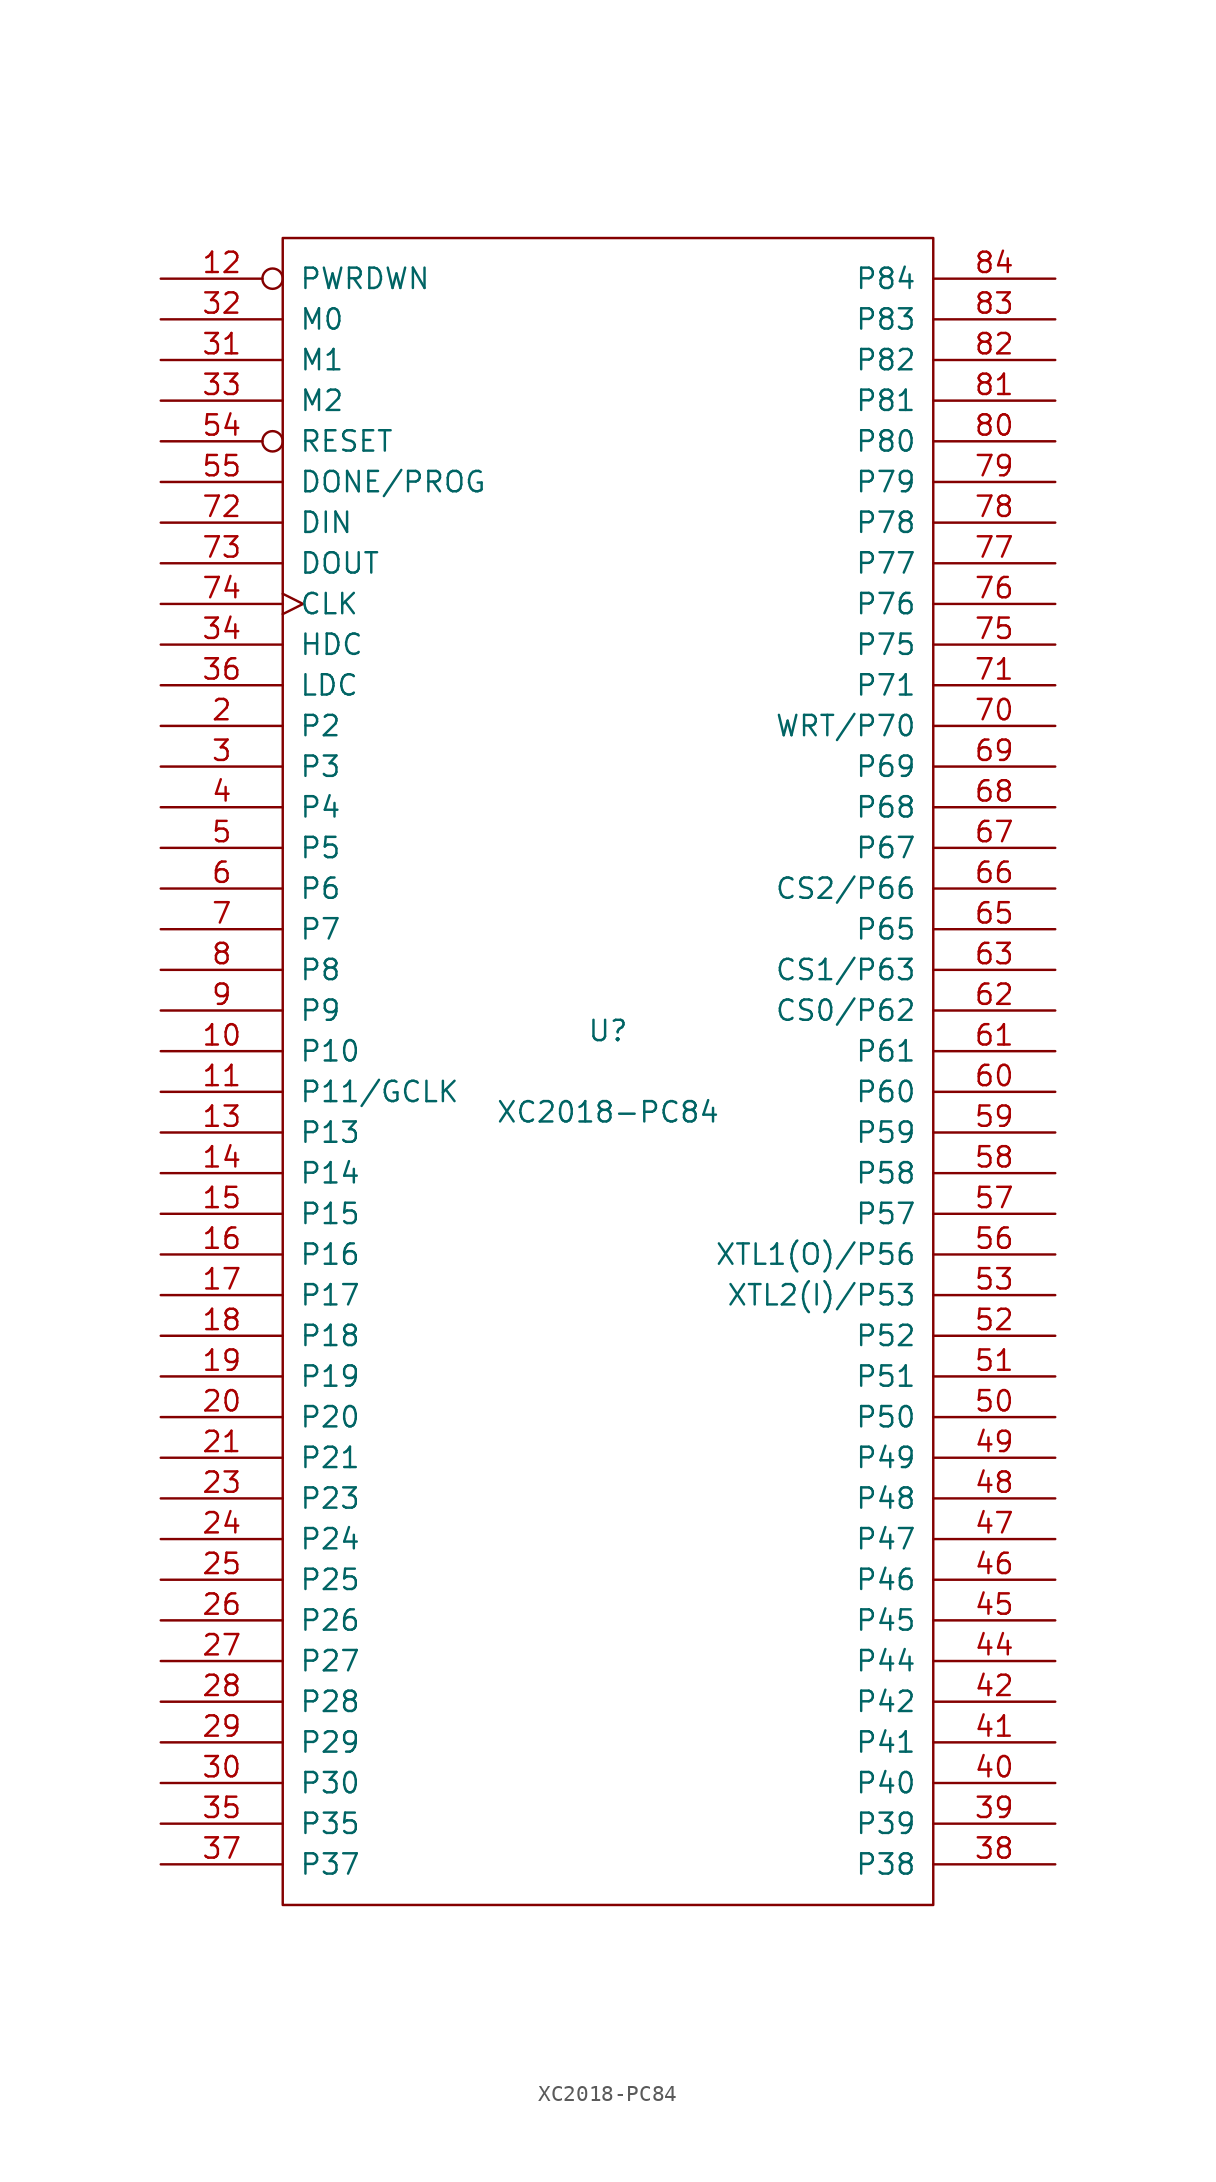
<source format=kicad_sym>
(kicad_symbol_lib
  (version 20211014)
  (generator kicad_symbol_editor)
  (symbol "XC2018-PC84"
    (pin_names
      (offset 1.016))
    (property "Reference" "U"
      (at 0 2.54 0)
      (effects (font (size 1.27 1.27))))
    (property "Value" "XC2018-PC84"
      (at 0 -2.54 0)
      (effects (font (size 1.27 1.27))))
    (symbol "XC2018-PC84_0_1"
      (rectangle (start -20.32 -52.07) (end 20.32 52.07) (stroke (width 0) (type default) (color 0 0 0 0)) (fill (type none))))
    (symbol "XC2018-PC84_1_1"
      (pin power_in line (at -2.54 -52.07 90) (length 0) hide (name "GND" (effects (font (size 1.27 1.27)))) (number "1" (effects (font (size 1.27 1.27)))))
      (pin passive line (at -27.94 1.27 0) (length 7.62) (name "P10" (effects (font (size 1.27 1.27)))) (number "10" (effects (font (size 1.27 1.27)))))
      (pin passive line (at -27.94 -1.27 0) (length 7.62) (name "P11/GCLK" (effects (font (size 1.27 1.27)))) (number "11" (effects (font (size 1.27 1.27)))))
      (pin input inverted (at -27.94 49.53 0) (length 7.62) (name "PWRDWN" (effects (font (size 1.27 1.27)))) (number "12" (effects (font (size 1.27 1.27)))))
      (pin passive line (at -27.94 -3.81 0) (length 7.62) (name "P13" (effects (font (size 1.27 1.27)))) (number "13" (effects (font (size 1.27 1.27)))))
      (pin passive line (at -27.94 -6.35 0) (length 7.62) (name "P14" (effects (font (size 1.27 1.27)))) (number "14" (effects (font (size 1.27 1.27)))))
      (pin passive line (at -27.94 -8.89 0) (length 7.62) (name "P15" (effects (font (size 1.27 1.27)))) (number "15" (effects (font (size 1.27 1.27)))))
      (pin passive line (at -27.94 -11.43 0) (length 7.62) (name "P16" (effects (font (size 1.27 1.27)))) (number "16" (effects (font (size 1.27 1.27)))))
      (pin passive line (at -27.94 -13.97 0) (length 7.62) (name "P17" (effects (font (size 1.27 1.27)))) (number "17" (effects (font (size 1.27 1.27)))))
      (pin passive line (at -27.94 -16.51 0) (length 7.62) (name "P18" (effects (font (size 1.27 1.27)))) (number "18" (effects (font (size 1.27 1.27)))))
      (pin passive line (at -27.94 -19.05 0) (length 7.62) (name "P19" (effects (font (size 1.27 1.27)))) (number "19" (effects (font (size 1.27 1.27)))))
      (pin passive line (at -27.94 21.59 0) (length 7.62) (name "P2" (effects (font (size 1.27 1.27)))) (number "2" (effects (font (size 1.27 1.27)))))
      (pin passive line (at -27.94 -21.59 0) (length 7.62) (name "P20" (effects (font (size 1.27 1.27)))) (number "20" (effects (font (size 1.27 1.27)))))
      (pin passive line (at -27.94 -24.13 0) (length 7.62) (name "P21" (effects (font (size 1.27 1.27)))) (number "21" (effects (font (size 1.27 1.27)))))
      (pin power_in line (at 0 52.07 270) (length 0) hide (name "VCC" (effects (font (size 1.27 1.27)))) (number "22" (effects (font (size 1.27 1.27)))))
      (pin passive line (at -27.94 -26.67 0) (length 7.62) (name "P23" (effects (font (size 1.27 1.27)))) (number "23" (effects (font (size 1.27 1.27)))))
      (pin passive line (at -27.94 -29.21 0) (length 7.62) (name "P24" (effects (font (size 1.27 1.27)))) (number "24" (effects (font (size 1.27 1.27)))))
      (pin passive line (at -27.94 -31.75 0) (length 7.62) (name "P25" (effects (font (size 1.27 1.27)))) (number "25" (effects (font (size 1.27 1.27)))))
      (pin passive line (at -27.94 -34.29 0) (length 7.62) (name "P26" (effects (font (size 1.27 1.27)))) (number "26" (effects (font (size 1.27 1.27)))))
      (pin passive line (at -27.94 -36.83 0) (length 7.62) (name "P27" (effects (font (size 1.27 1.27)))) (number "27" (effects (font (size 1.27 1.27)))))
      (pin passive line (at -27.94 -39.37 0) (length 7.62) (name "P28" (effects (font (size 1.27 1.27)))) (number "28" (effects (font (size 1.27 1.27)))))
      (pin passive line (at -27.94 -41.91 0) (length 7.62) (name "P29" (effects (font (size 1.27 1.27)))) (number "29" (effects (font (size 1.27 1.27)))))
      (pin passive line (at -27.94 19.05 0) (length 7.62) (name "P3" (effects (font (size 1.27 1.27)))) (number "3" (effects (font (size 1.27 1.27)))))
      (pin passive line (at -27.94 -44.45 0) (length 7.62) (name "P30" (effects (font (size 1.27 1.27)))) (number "30" (effects (font (size 1.27 1.27)))))
      (pin input line (at -27.94 44.45 0) (length 7.62) (name "M1" (effects (font (size 1.27 1.27)))) (number "31" (effects (font (size 1.27 1.27)))))
      (pin input line (at -27.94 46.99 0) (length 7.62) (name "M0" (effects (font (size 1.27 1.27)))) (number "32" (effects (font (size 1.27 1.27)))))
      (pin bidirectional line (at -27.94 41.91 0) (length 7.62) (name "M2" (effects (font (size 1.27 1.27)))) (number "33" (effects (font (size 1.27 1.27)))))
      (pin passive line (at -27.94 26.67 0) (length 7.62) (name "HDC" (effects (font (size 1.27 1.27)))) (number "34" (effects (font (size 1.27 1.27)))))
      (pin passive line (at -27.94 -46.99 0) (length 7.62) (name "P35" (effects (font (size 1.27 1.27)))) (number "35" (effects (font (size 1.27 1.27)))))
      (pin passive line (at -27.94 24.13 0) (length 7.62) (name "LDC" (effects (font (size 1.27 1.27)))) (number "36" (effects (font (size 1.27 1.27)))))
      (pin passive line (at -27.94 -49.53 0) (length 7.62) (name "P37" (effects (font (size 1.27 1.27)))) (number "37" (effects (font (size 1.27 1.27)))))
      (pin passive line (at 27.94 -49.53 180) (length 7.62) (name "P38" (effects (font (size 1.27 1.27)))) (number "38" (effects (font (size 1.27 1.27)))))
      (pin passive line (at 27.94 -46.99 180) (length 7.62) (name "P39" (effects (font (size 1.27 1.27)))) (number "39" (effects (font (size 1.27 1.27)))))
      (pin passive line (at -27.94 16.51 0) (length 7.62) (name "P4" (effects (font (size 1.27 1.27)))) (number "4" (effects (font (size 1.27 1.27)))))
      (pin passive line (at 27.94 -44.45 180) (length 7.62) (name "P40" (effects (font (size 1.27 1.27)))) (number "40" (effects (font (size 1.27 1.27)))))
      (pin passive line (at 27.94 -41.91 180) (length 7.62) (name "P41" (effects (font (size 1.27 1.27)))) (number "41" (effects (font (size 1.27 1.27)))))
      (pin passive line (at 27.94 -39.37 180) (length 7.62) (name "P42" (effects (font (size 1.27 1.27)))) (number "42" (effects (font (size 1.27 1.27)))))
      (pin power_in line (at 0 -52.07 90) (length 0) hide (name "GND" (effects (font (size 1.27 1.27)))) (number "43" (effects (font (size 1.27 1.27)))))
      (pin passive line (at 27.94 -36.83 180) (length 7.62) (name "P44" (effects (font (size 1.27 1.27)))) (number "44" (effects (font (size 1.27 1.27)))))
      (pin passive line (at 27.94 -34.29 180) (length 7.62) (name "P45" (effects (font (size 1.27 1.27)))) (number "45" (effects (font (size 1.27 1.27)))))
      (pin passive line (at 27.94 -31.75 180) (length 7.62) (name "P46" (effects (font (size 1.27 1.27)))) (number "46" (effects (font (size 1.27 1.27)))))
      (pin passive line (at 27.94 -29.21 180) (length 7.62) (name "P47" (effects (font (size 1.27 1.27)))) (number "47" (effects (font (size 1.27 1.27)))))
      (pin passive line (at 27.94 -26.67 180) (length 7.62) (name "P48" (effects (font (size 1.27 1.27)))) (number "48" (effects (font (size 1.27 1.27)))))
      (pin passive line (at 27.94 -24.13 180) (length 7.62) (name "P49" (effects (font (size 1.27 1.27)))) (number "49" (effects (font (size 1.27 1.27)))))
      (pin passive line (at -27.94 13.97 0) (length 7.62) (name "P5" (effects (font (size 1.27 1.27)))) (number "5" (effects (font (size 1.27 1.27)))))
      (pin passive line (at 27.94 -21.59 180) (length 7.62) (name "P50" (effects (font (size 1.27 1.27)))) (number "50" (effects (font (size 1.27 1.27)))))
      (pin passive line (at 27.94 -19.05 180) (length 7.62) (name "P51" (effects (font (size 1.27 1.27)))) (number "51" (effects (font (size 1.27 1.27)))))
      (pin passive line (at 27.94 -16.51 180) (length 7.62) (name "P52" (effects (font (size 1.27 1.27)))) (number "52" (effects (font (size 1.27 1.27)))))
      (pin passive line (at 27.94 -13.97 180) (length 7.62) (name "XTL2(I)/P53" (effects (font (size 1.27 1.27)))) (number "53" (effects (font (size 1.27 1.27)))))
      (pin input inverted (at -27.94 39.37 0) (length 7.62) (name "RESET" (effects (font (size 1.27 1.27)))) (number "54" (effects (font (size 1.27 1.27)))))
      (pin bidirectional line (at -27.94 36.83 0) (length 7.62) (name "DONE/PROG" (effects (font (size 1.27 1.27)))) (number "55" (effects (font (size 1.27 1.27)))))
      (pin passive line (at 27.94 -11.43 180) (length 7.62) (name "XTL1(O)/P56" (effects (font (size 1.27 1.27)))) (number "56" (effects (font (size 1.27 1.27)))))
      (pin passive line (at 27.94 -8.89 180) (length 7.62) (name "P57" (effects (font (size 1.27 1.27)))) (number "57" (effects (font (size 1.27 1.27)))))
      (pin passive line (at 27.94 -6.35 180) (length 7.62) (name "P58" (effects (font (size 1.27 1.27)))) (number "58" (effects (font (size 1.27 1.27)))))
      (pin passive line (at 27.94 -3.81 180) (length 7.62) (name "P59" (effects (font (size 1.27 1.27)))) (number "59" (effects (font (size 1.27 1.27)))))
      (pin passive line (at -27.94 11.43 0) (length 7.62) (name "P6" (effects (font (size 1.27 1.27)))) (number "6" (effects (font (size 1.27 1.27)))))
      (pin passive line (at 27.94 -1.27 180) (length 7.62) (name "P60" (effects (font (size 1.27 1.27)))) (number "60" (effects (font (size 1.27 1.27)))))
      (pin passive line (at 27.94 1.27 180) (length 7.62) (name "P61" (effects (font (size 1.27 1.27)))) (number "61" (effects (font (size 1.27 1.27)))))
      (pin passive line (at 27.94 3.81 180) (length 7.62) (name "CS0/P62" (effects (font (size 1.27 1.27)))) (number "62" (effects (font (size 1.27 1.27)))))
      (pin passive line (at 27.94 6.35 180) (length 7.62) (name "CS1/P63" (effects (font (size 1.27 1.27)))) (number "63" (effects (font (size 1.27 1.27)))))
      (pin power_in line (at -2.54 52.07 270) (length 0) hide (name "VCC" (effects (font (size 1.27 1.27)))) (number "64" (effects (font (size 1.27 1.27)))))
      (pin passive line (at 27.94 8.89 180) (length 7.62) (name "P65" (effects (font (size 1.27 1.27)))) (number "65" (effects (font (size 1.27 1.27)))))
      (pin passive line (at 27.94 11.43 180) (length 7.62) (name "CS2/P66" (effects (font (size 1.27 1.27)))) (number "66" (effects (font (size 1.27 1.27)))))
      (pin passive line (at 27.94 13.97 180) (length 7.62) (name "P67" (effects (font (size 1.27 1.27)))) (number "67" (effects (font (size 1.27 1.27)))))
      (pin passive line (at 27.94 16.51 180) (length 7.62) (name "P68" (effects (font (size 1.27 1.27)))) (number "68" (effects (font (size 1.27 1.27)))))
      (pin passive line (at 27.94 19.05 180) (length 7.62) (name "P69" (effects (font (size 1.27 1.27)))) (number "69" (effects (font (size 1.27 1.27)))))
      (pin passive line (at -27.94 8.89 0) (length 7.62) (name "P7" (effects (font (size 1.27 1.27)))) (number "7" (effects (font (size 1.27 1.27)))))
      (pin passive line (at 27.94 21.59 180) (length 7.62) (name "WRT/P70" (effects (font (size 1.27 1.27)))) (number "70" (effects (font (size 1.27 1.27)))))
      (pin passive line (at 27.94 24.13 180) (length 7.62) (name "P71" (effects (font (size 1.27 1.27)))) (number "71" (effects (font (size 1.27 1.27)))))
      (pin input line (at -27.94 34.29 0) (length 7.62) (name "DIN" (effects (font (size 1.27 1.27)))) (number "72" (effects (font (size 1.27 1.27)))))
      (pin passive line (at -27.94 31.75 0) (length 7.62) (name "DOUT" (effects (font (size 1.27 1.27)))) (number "73" (effects (font (size 1.27 1.27)))))
      (pin bidirectional clock (at -27.94 29.21 0) (length 7.62) (name "CLK" (effects (font (size 1.27 1.27)))) (number "74" (effects (font (size 1.27 1.27)))))
      (pin passive line (at 27.94 26.67 180) (length 7.62) (name "P75" (effects (font (size 1.27 1.27)))) (number "75" (effects (font (size 1.27 1.27)))))
      (pin passive line (at 27.94 29.21 180) (length 7.62) (name "P76" (effects (font (size 1.27 1.27)))) (number "76" (effects (font (size 1.27 1.27)))))
      (pin passive line (at 27.94 31.75 180) (length 7.62) (name "P77" (effects (font (size 1.27 1.27)))) (number "77" (effects (font (size 1.27 1.27)))))
      (pin passive line (at 27.94 34.29 180) (length 7.62) (name "P78" (effects (font (size 1.27 1.27)))) (number "78" (effects (font (size 1.27 1.27)))))
      (pin passive line (at 27.94 36.83 180) (length 7.62) (name "P79" (effects (font (size 1.27 1.27)))) (number "79" (effects (font (size 1.27 1.27)))))
      (pin passive line (at -27.94 6.35 0) (length 7.62) (name "P8" (effects (font (size 1.27 1.27)))) (number "8" (effects (font (size 1.27 1.27)))))
      (pin passive line (at 27.94 39.37 180) (length 7.62) (name "P80" (effects (font (size 1.27 1.27)))) (number "80" (effects (font (size 1.27 1.27)))))
      (pin passive line (at 27.94 41.91 180) (length 7.62) (name "P81" (effects (font (size 1.27 1.27)))) (number "81" (effects (font (size 1.27 1.27)))))
      (pin passive line (at 27.94 44.45 180) (length 7.62) (name "P82" (effects (font (size 1.27 1.27)))) (number "82" (effects (font (size 1.27 1.27)))))
      (pin passive line (at 27.94 46.99 180) (length 7.62) (name "P83" (effects (font (size 1.27 1.27)))) (number "83" (effects (font (size 1.27 1.27)))))
      (pin passive line (at 27.94 49.53 180) (length 7.62) (name "P84" (effects (font (size 1.27 1.27)))) (number "84" (effects (font (size 1.27 1.27)))))
      (pin passive line (at -27.94 3.81 0) (length 7.62) (name "P9" (effects (font (size 1.27 1.27)))) (number "9" (effects (font (size 1.27 1.27))))))))
</source>
